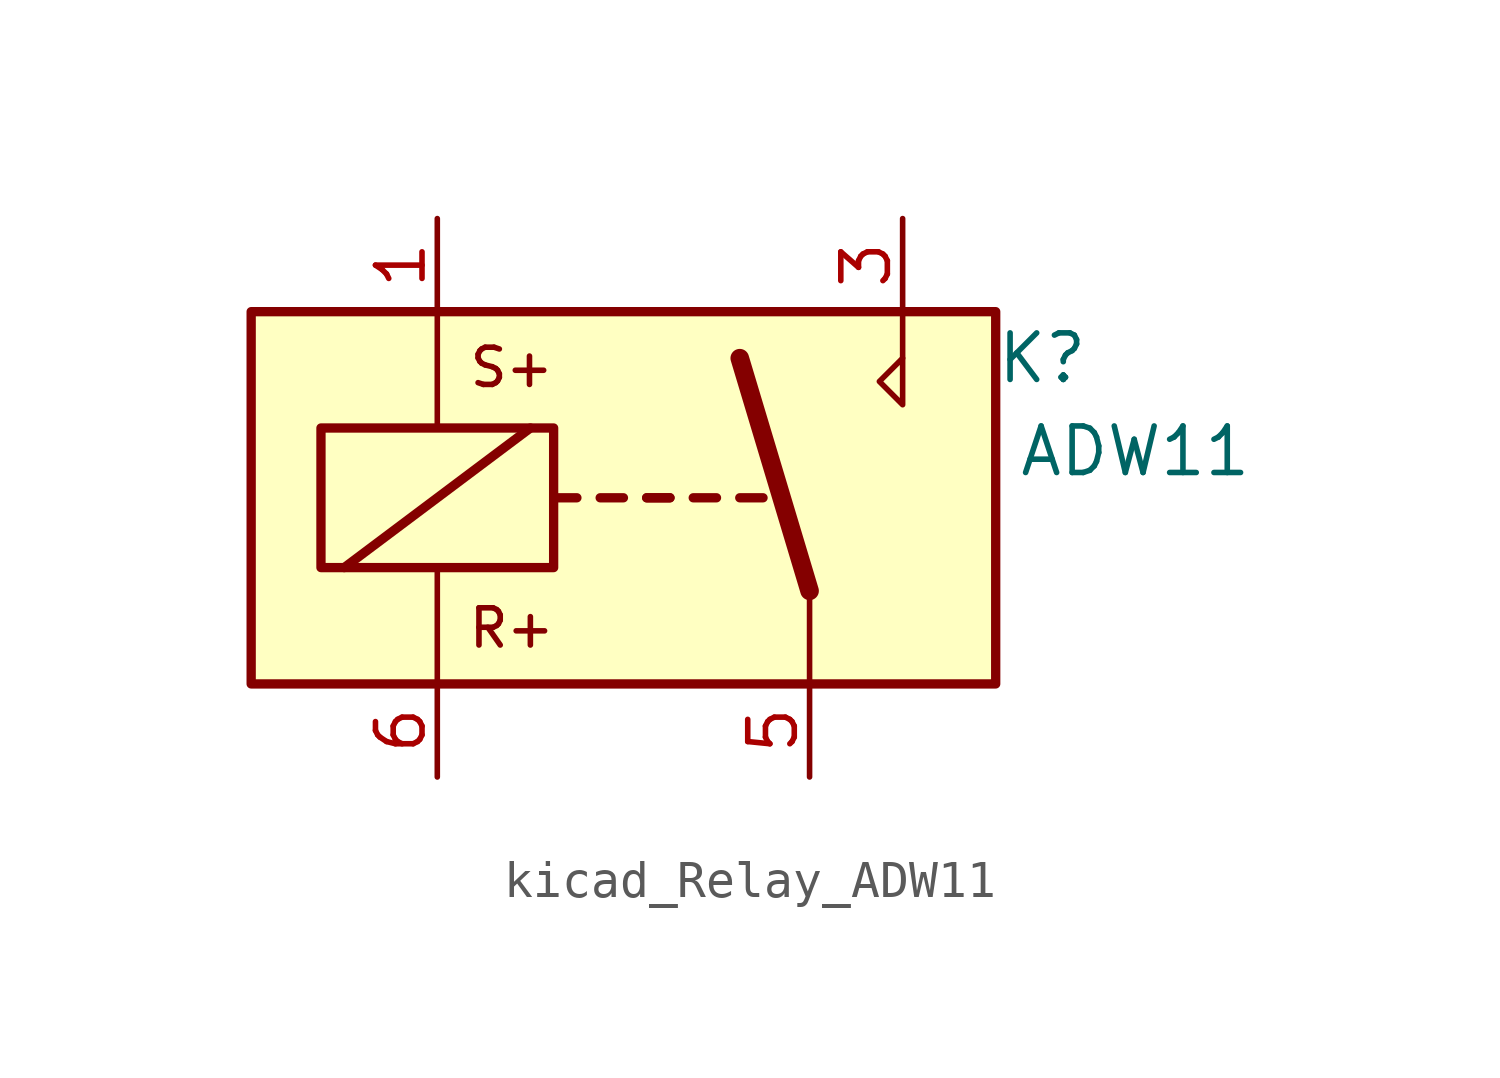
<source format=kicad_sym>
(kicad_symbol_lib
  (version 20220914)
  (generator kicad_symbol_editor)
  (symbol "kicad_Relay_ADW11"
    (property "Reference" "K"
      (at 11.43 3.81 0)
      (effects (font (size 1.27 1.27))))
    (property "Value" "ADW11"
      (at 13.97 1.27 0)
      (effects (font (size 1.27 1.27))))
    (symbol "kicad_Relay_ADW11_1_1"
      (rectangle (start -10.16 5.08) (end 10.16 -5.08) (stroke (width 0.254) (type default)) (fill (type background)))
      (rectangle (start -8.255 1.905) (end -1.905 -1.905) (stroke (width 0.254) (type default)) (fill (type none)))
      (polyline (pts (xy -7.62 -1.905) (xy -2.54 1.905)) (stroke (width 0.254) (type default)) (fill (type none)))
      (polyline (pts (xy -5.08 -5.08) (xy -5.08 -1.905)) (stroke (width 0) (type default)) (fill (type none)))
      (polyline (pts (xy -5.08 5.08) (xy -5.08 1.905)) (stroke (width 0) (type default)) (fill (type none)))
      (polyline (pts (xy -1.905 0) (xy -1.27 0)) (stroke (width 0.254) (type default)) (fill (type none)))
      (polyline (pts (xy -0.635 0) (xy 0 0)) (stroke (width 0.254) (type default)) (fill (type none)))
      (polyline (pts (xy 0.635 0) (xy 1.27 0)) (stroke (width 0.254) (type default)) (fill (type none)))
      (polyline (pts (xy 0.635 0) (xy 1.27 0)) (stroke (width 0.254) (type default)) (fill (type none)))
      (polyline (pts (xy 1.905 0) (xy 2.54 0)) (stroke (width 0.254) (type default)) (fill (type none)))
      (polyline (pts (xy 3.175 0) (xy 3.81 0)) (stroke (width 0.254) (type default)) (fill (type none)))
      (polyline (pts (xy 5.08 -2.54) (xy 3.175 3.81)) (stroke (width 0.508) (type default)) (fill (type none)))
      (polyline (pts (xy 5.08 -2.54) (xy 5.08 -5.08)) (stroke (width 0) (type default)) (fill (type none)))
      (polyline (pts (xy 7.62 3.81) (xy 7.62 5.08)) (stroke (width 0) (type default)) (fill (type none)))
      (polyline (pts (xy 7.62 3.81) (xy 7.62 2.54) (xy 6.985 3.175) (xy 7.62 3.81)) (stroke (width 0) (type default)) (fill (type none)))
      (text "R+" (at -3.048 -3.556 0) (effects (font (size 1.016 1.016))))
      (text "S+" (at -3.048 3.556 0) (effects (font (size 1.016 1.016))))
      (pin passive line (at -5.08 7.62 270) (length 2.54) (name "~" (effects (font (size 1.27 1.27)))) (number "1" (effects (font (size 1.27 1.27)))))
      (pin passive line (at 7.62 7.62 270) (length 2.54) (name "~" (effects (font (size 1.27 1.27)))) (number "3" (effects (font (size 1.27 1.27)))))
      (pin passive line (at 5.08 -7.62 90) (length 2.54) (name "~" (effects (font (size 1.27 1.27)))) (number "5" (effects (font (size 1.27 1.27)))))
      (pin passive line (at -5.08 -7.62 90) (length 2.54) (name "~" (effects (font (size 1.27 1.27)))) (number "6" (effects (font (size 1.27 1.27))))))))
</source>
